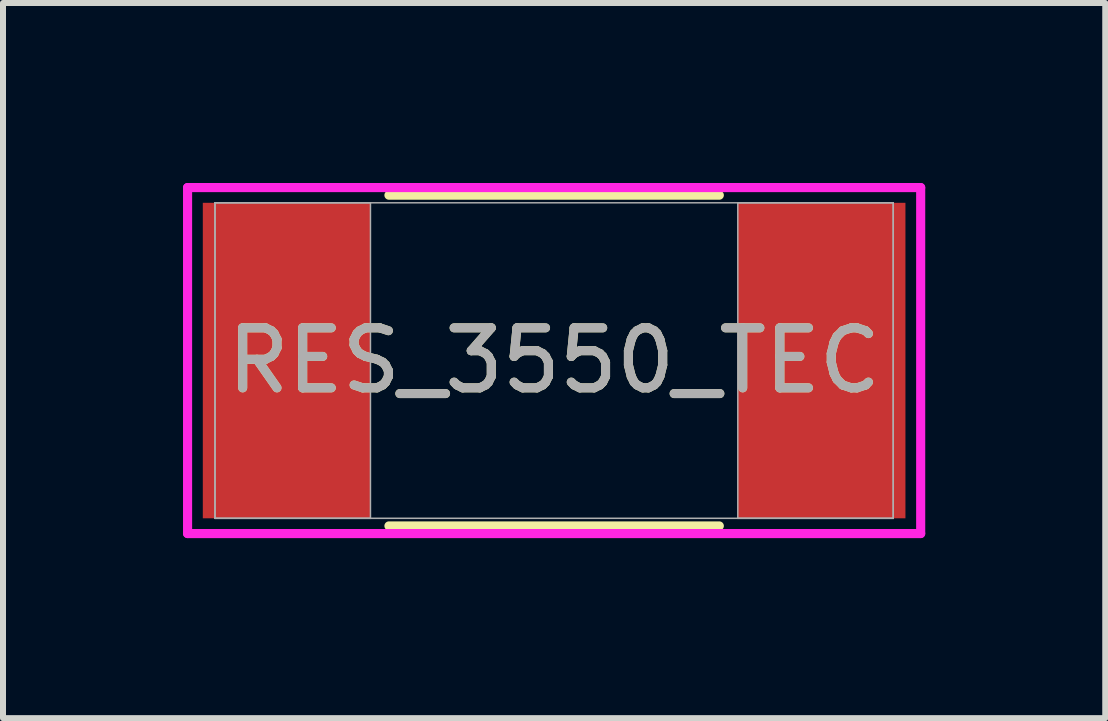
<source format=kicad_pcb>
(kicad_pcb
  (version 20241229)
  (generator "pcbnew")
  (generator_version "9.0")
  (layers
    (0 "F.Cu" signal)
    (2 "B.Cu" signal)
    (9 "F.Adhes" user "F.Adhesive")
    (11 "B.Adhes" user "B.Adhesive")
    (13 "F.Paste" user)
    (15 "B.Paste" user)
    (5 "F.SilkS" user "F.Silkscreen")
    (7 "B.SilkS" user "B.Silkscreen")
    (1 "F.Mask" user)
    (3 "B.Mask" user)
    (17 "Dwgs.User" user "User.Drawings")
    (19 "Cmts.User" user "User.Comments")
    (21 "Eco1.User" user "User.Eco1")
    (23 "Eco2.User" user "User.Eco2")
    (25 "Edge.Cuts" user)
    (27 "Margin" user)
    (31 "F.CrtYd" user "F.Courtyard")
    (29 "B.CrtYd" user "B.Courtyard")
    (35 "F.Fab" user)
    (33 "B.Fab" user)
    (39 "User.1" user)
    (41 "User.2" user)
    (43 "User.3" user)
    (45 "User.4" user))
  (footprint "RES_3550_TEC"
    (layer "F.Cu")
    (at 6.185 2.959)
    (property "Reference" "RES_3550_TEC" (at 0 0 0) (unlocked yes) (layer "F.SilkS") (effects (font (size 1 1) (thickness 0.15))))
    (attr smd)
    (fp_line (start -2.753 2.756) (end 2.753 2.756) (stroke (width 0.152) (type solid)) (layer "F.SilkS"))
    (fp_line (start 2.753 -2.756) (end -2.753 -2.756) (stroke (width 0.152) (type solid)) (layer "F.SilkS"))
    (fp_line (start -6.109 -2.883) (end 6.109 -2.883) (stroke (width 0.152) (type solid)) (layer "F.CrtYd"))
    (fp_line (start -6.109 2.883) (end -6.109 -2.883) (stroke (width 0.152) (type solid)) (layer "F.CrtYd"))
    (fp_line (start 6.109 -2.883) (end 6.109 2.883) (stroke (width 0.152) (type solid)) (layer "F.CrtYd"))
    (fp_line (start 6.109 2.883) (end -6.109 2.883) (stroke (width 0.152) (type solid)) (layer "F.CrtYd"))
    (fp_line (start -5.652 -2.629) (end -5.652 2.629) (stroke (width 0.025) (type solid)) (layer "F.Fab"))
    (fp_line (start -5.652 -2.629) (end -5.652 2.629) (stroke (width 0.025) (type solid)) (layer "F.Fab"))
    (fp_line (start -5.652 2.629) (end -3.061 2.629) (stroke (width 0.025) (type solid)) (layer "F.Fab"))
    (fp_line (start -5.652 2.629) (end 5.652 2.629) (stroke (width 0.025) (type solid)) (layer "F.Fab"))
    (fp_line (start -3.061 -2.629) (end -5.652 -2.629) (stroke (width 0.025) (type solid)) (layer "F.Fab"))
    (fp_line (start -3.061 2.629) (end -3.061 -2.629) (stroke (width 0.025) (type solid)) (layer "F.Fab"))
    (fp_line (start 3.061 -2.629) (end 3.061 2.629) (stroke (width 0.025) (type solid)) (layer "F.Fab"))
    (fp_line (start 3.061 2.629) (end 5.652 2.629) (stroke (width 0.025) (type solid)) (layer "F.Fab"))
    (fp_line (start 5.652 -2.629) (end -5.652 -2.629) (stroke (width 0.025) (type solid)) (layer "F.Fab"))
    (fp_line (start 5.652 -2.629) (end 3.061 -2.629) (stroke (width 0.025) (type solid)) (layer "F.Fab"))
    (fp_line (start 5.652 2.629) (end 5.652 -2.629) (stroke (width 0.025) (type solid)) (layer "F.Fab"))
    (fp_line (start 5.652 2.629) (end 5.652 -2.629) (stroke (width 0.025) (type solid)) (layer "F.Fab"))
    (fp_text user "${REFERENCE}" (at 0 0 0) (unlocked yes) (layer "F.Fab") (effects (font (size 1 1) (thickness 0.15))))
    (pad "1" smd rect (at -4.458 0) (size 2.794 5.258) (layers "F.Cu" "F.Mask" "F.Paste"))
    (pad "2" smd rect (at 4.458 0) (size 2.794 5.258) (layers "F.Cu" "F.Mask" "F.Paste"))
    (zone (net_name "") (layer "F.Cu") (hatch full 0.508) (connect_pads) (min_thickness 0.254) (filled_areas_thickness no) (keepout (tracks not_allowed) (vias not_allowed) (pads allowed) (copperpour not_allowed) (footprints allowed)) (placement (enabled no)) (fill) (polygon (pts (xy 3.175 0.381) (xy 9.195 0.381) (xy 9.195 5.537) (xy 3.175 5.537)))))
  (gr_rect
    (start -3 -3)
    (end 15.37 8.918)
    (stroke (width 0.1) (type default))
    (fill no)
    (layer "Edge.Cuts")))
</source>
